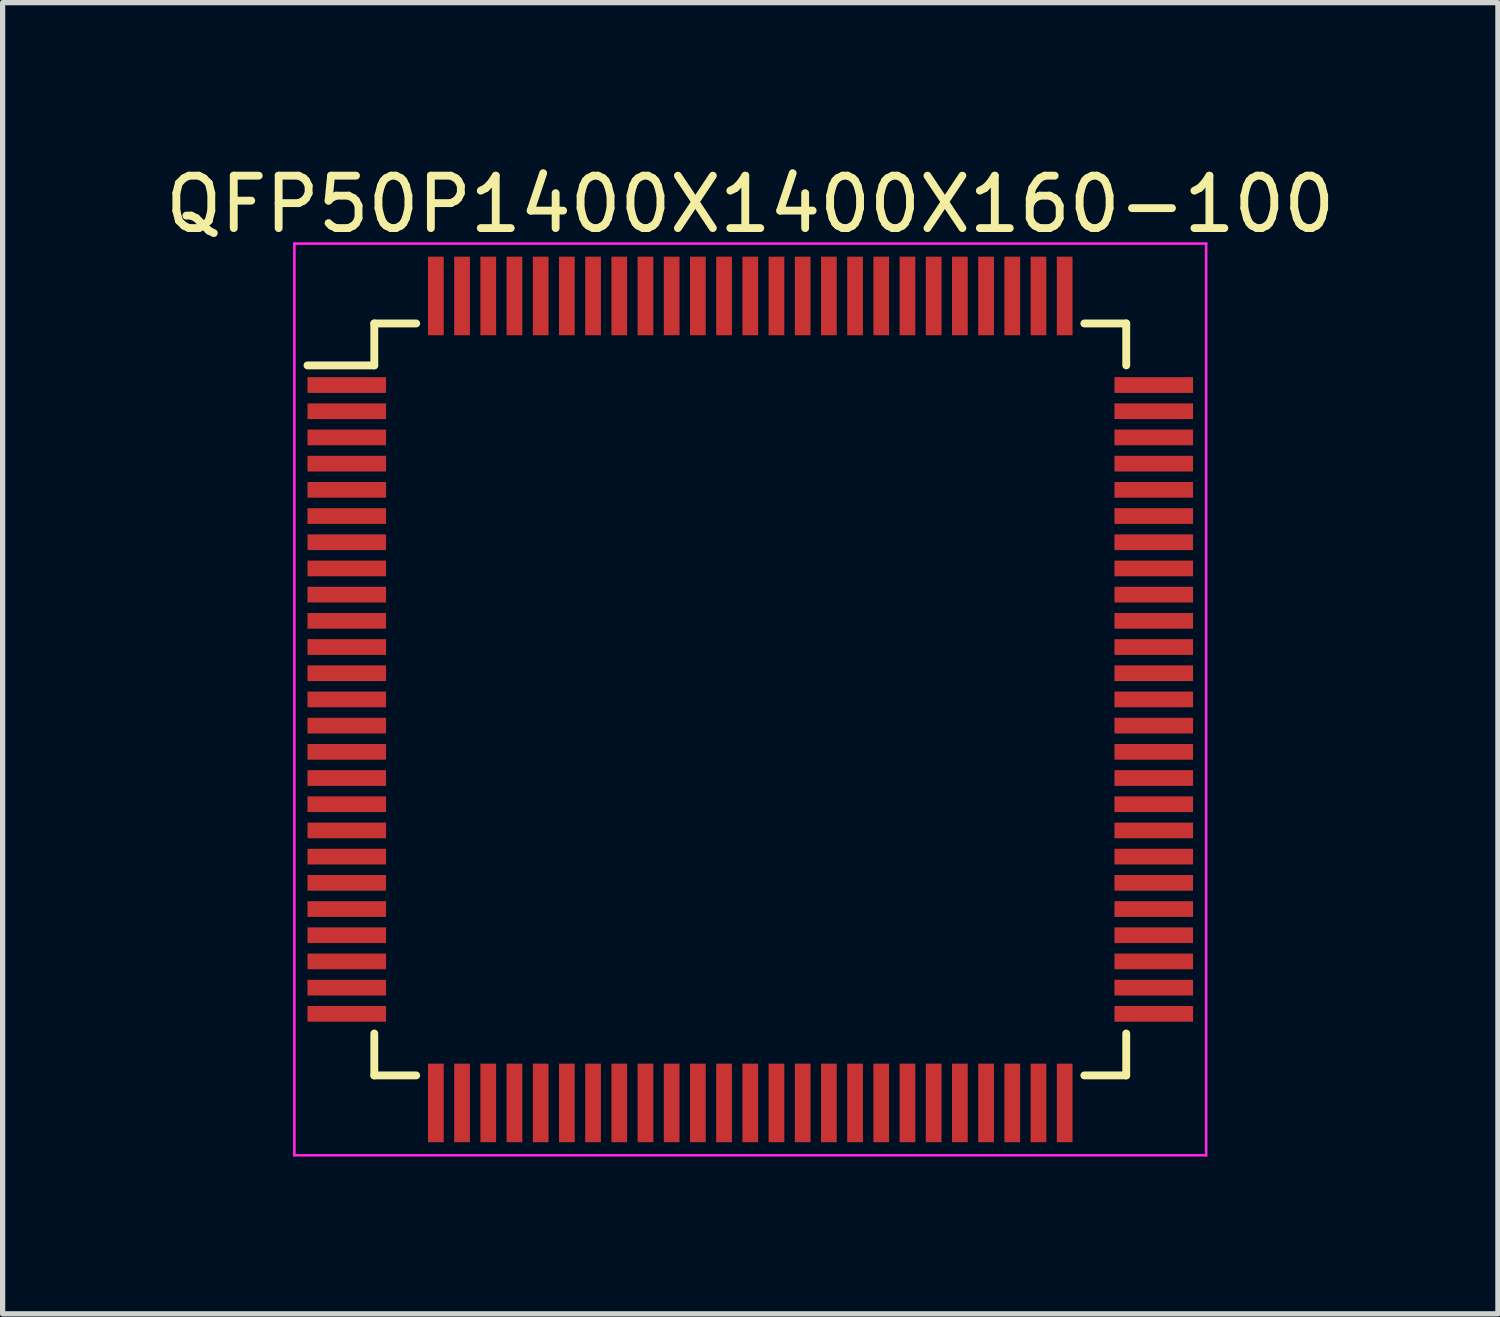
<source format=kicad_pcb>
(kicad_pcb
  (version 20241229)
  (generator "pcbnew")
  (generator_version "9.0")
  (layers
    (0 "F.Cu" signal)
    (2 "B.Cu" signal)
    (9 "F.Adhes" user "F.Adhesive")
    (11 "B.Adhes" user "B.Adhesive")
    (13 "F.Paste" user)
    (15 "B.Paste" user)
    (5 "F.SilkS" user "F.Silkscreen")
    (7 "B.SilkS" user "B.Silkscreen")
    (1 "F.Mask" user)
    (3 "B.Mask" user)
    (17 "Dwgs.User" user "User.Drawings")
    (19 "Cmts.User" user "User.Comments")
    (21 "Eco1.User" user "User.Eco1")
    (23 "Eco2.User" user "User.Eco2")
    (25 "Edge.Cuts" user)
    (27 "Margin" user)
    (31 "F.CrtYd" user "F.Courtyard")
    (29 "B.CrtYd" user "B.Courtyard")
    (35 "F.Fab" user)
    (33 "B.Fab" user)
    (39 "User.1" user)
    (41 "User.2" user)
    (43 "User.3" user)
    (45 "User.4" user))
  (footprint "QFP50P1400X1400X160-100"
    (layer "F.Cu")
    (at 11.268 10.298)
    (property "Reference" "QFP50P1400X1400X160-100" (at 0 -9.45 0) (layer "F.SilkS") (effects (font (size 1 1) (thickness 0.15))))
    (attr smd)
    (fp_line (start -7.175 -7.175) (end -7.175 -6.375) (stroke (width 0.15) (type solid)) (layer "F.SilkS"))
    (fp_line (start -7.175 -7.175) (end -6.375 -7.175) (stroke (width 0.15) (type solid)) (layer "F.SilkS"))
    (fp_line (start -7.175 -6.375) (end -8.45 -6.375) (stroke (width 0.15) (type solid)) (layer "F.SilkS"))
    (fp_line (start -7.175 7.175) (end -7.175 6.375) (stroke (width 0.15) (type solid)) (layer "F.SilkS"))
    (fp_line (start -7.175 7.175) (end -6.375 7.175) (stroke (width 0.15) (type solid)) (layer "F.SilkS"))
    (fp_line (start 7.175 -7.175) (end 6.375 -7.175) (stroke (width 0.15) (type solid)) (layer "F.SilkS"))
    (fp_line (start 7.175 -7.175) (end 7.175 -6.375) (stroke (width 0.15) (type solid)) (layer "F.SilkS"))
    (fp_line (start 7.175 7.175) (end 6.375 7.175) (stroke (width 0.15) (type solid)) (layer "F.SilkS"))
    (fp_line (start 7.175 7.175) (end 7.175 6.375) (stroke (width 0.15) (type solid)) (layer "F.SilkS"))
    (fp_line (start -8.7 -8.7) (end -8.7 8.7) (stroke (width 0.05) (type solid)) (layer "F.CrtYd"))
    (fp_line (start -8.7 -8.7) (end 8.7 -8.7) (stroke (width 0.05) (type solid)) (layer "F.CrtYd"))
    (fp_line (start -8.7 8.7) (end 8.7 8.7) (stroke (width 0.05) (type solid)) (layer "F.CrtYd"))
    (fp_line (start 8.7 -8.7) (end 8.7 8.7) (stroke (width 0.05) (type solid)) (layer "F.CrtYd"))
    (pad "1" smd rect (at -7.7 -6) (size 1.5 0.3) (layers "F.Cu" "F.Mask" "F.Paste"))
    (pad "2" smd rect (at -7.7 -5.5) (size 1.5 0.3) (layers "F.Cu" "F.Mask" "F.Paste"))
    (pad "3" smd rect (at -7.7 -5) (size 1.5 0.3) (layers "F.Cu" "F.Mask" "F.Paste"))
    (pad "4" smd rect (at -7.7 -4.5) (size 1.5 0.3) (layers "F.Cu" "F.Mask" "F.Paste"))
    (pad "5" smd rect (at -7.7 -4) (size 1.5 0.3) (layers "F.Cu" "F.Mask" "F.Paste"))
    (pad "6" smd rect (at -7.7 -3.5) (size 1.5 0.3) (layers "F.Cu" "F.Mask" "F.Paste"))
    (pad "7" smd rect (at -7.7 -3) (size 1.5 0.3) (layers "F.Cu" "F.Mask" "F.Paste"))
    (pad "8" smd rect (at -7.7 -2.5) (size 1.5 0.3) (layers "F.Cu" "F.Mask" "F.Paste"))
    (pad "9" smd rect (at -7.7 -2) (size 1.5 0.3) (layers "F.Cu" "F.Mask" "F.Paste"))
    (pad "10" smd rect (at -7.7 -1.5) (size 1.5 0.3) (layers "F.Cu" "F.Mask" "F.Paste"))
    (pad "11" smd rect (at -7.7 -1) (size 1.5 0.3) (layers "F.Cu" "F.Mask" "F.Paste"))
    (pad "12" smd rect (at -7.7 -0.5) (size 1.5 0.3) (layers "F.Cu" "F.Mask" "F.Paste"))
    (pad "13" smd rect (at -7.7 0) (size 1.5 0.3) (layers "F.Cu" "F.Mask" "F.Paste"))
    (pad "14" smd rect (at -7.7 0.5) (size 1.5 0.3) (layers "F.Cu" "F.Mask" "F.Paste"))
    (pad "15" smd rect (at -7.7 1) (size 1.5 0.3) (layers "F.Cu" "F.Mask" "F.Paste"))
    (pad "16" smd rect (at -7.7 1.5) (size 1.5 0.3) (layers "F.Cu" "F.Mask" "F.Paste"))
    (pad "17" smd rect (at -7.7 2) (size 1.5 0.3) (layers "F.Cu" "F.Mask" "F.Paste"))
    (pad "18" smd rect (at -7.7 2.5) (size 1.5 0.3) (layers "F.Cu" "F.Mask" "F.Paste"))
    (pad "19" smd rect (at -7.7 3) (size 1.5 0.3) (layers "F.Cu" "F.Mask" "F.Paste"))
    (pad "20" smd rect (at -7.7 3.5) (size 1.5 0.3) (layers "F.Cu" "F.Mask" "F.Paste"))
    (pad "21" smd rect (at -7.7 4) (size 1.5 0.3) (layers "F.Cu" "F.Mask" "F.Paste"))
    (pad "22" smd rect (at -7.7 4.5) (size 1.5 0.3) (layers "F.Cu" "F.Mask" "F.Paste"))
    (pad "23" smd rect (at -7.7 5) (size 1.5 0.3) (layers "F.Cu" "F.Mask" "F.Paste"))
    (pad "24" smd rect (at -7.7 5.5) (size 1.5 0.3) (layers "F.Cu" "F.Mask" "F.Paste"))
    (pad "25" smd rect (at -7.7 6) (size 1.5 0.3) (layers "F.Cu" "F.Mask" "F.Paste"))
    (pad "26" smd rect (at -6 7.7 90) (size 1.5 0.3) (layers "F.Cu" "F.Mask" "F.Paste"))
    (pad "27" smd rect (at -5.5 7.7 90) (size 1.5 0.3) (layers "F.Cu" "F.Mask" "F.Paste"))
    (pad "28" smd rect (at -5 7.7 90) (size 1.5 0.3) (layers "F.Cu" "F.Mask" "F.Paste"))
    (pad "29" smd rect (at -4.5 7.7 90) (size 1.5 0.3) (layers "F.Cu" "F.Mask" "F.Paste"))
    (pad "30" smd rect (at -4 7.7 90) (size 1.5 0.3) (layers "F.Cu" "F.Mask" "F.Paste"))
    (pad "31" smd rect (at -3.5 7.7 90) (size 1.5 0.3) (layers "F.Cu" "F.Mask" "F.Paste"))
    (pad "32" smd rect (at -3 7.7 90) (size 1.5 0.3) (layers "F.Cu" "F.Mask" "F.Paste"))
    (pad "33" smd rect (at -2.5 7.7 90) (size 1.5 0.3) (layers "F.Cu" "F.Mask" "F.Paste"))
    (pad "34" smd rect (at -2 7.7 90) (size 1.5 0.3) (layers "F.Cu" "F.Mask" "F.Paste"))
    (pad "35" smd rect (at -1.5 7.7 90) (size 1.5 0.3) (layers "F.Cu" "F.Mask" "F.Paste"))
    (pad "36" smd rect (at -1 7.7 90) (size 1.5 0.3) (layers "F.Cu" "F.Mask" "F.Paste"))
    (pad "37" smd rect (at -0.5 7.7 90) (size 1.5 0.3) (layers "F.Cu" "F.Mask" "F.Paste"))
    (pad "38" smd rect (at 0 7.7 90) (size 1.5 0.3) (layers "F.Cu" "F.Mask" "F.Paste"))
    (pad "39" smd rect (at 0.5 7.7 90) (size 1.5 0.3) (layers "F.Cu" "F.Mask" "F.Paste"))
    (pad "40" smd rect (at 1 7.7 90) (size 1.5 0.3) (layers "F.Cu" "F.Mask" "F.Paste"))
    (pad "41" smd rect (at 1.5 7.7 90) (size 1.5 0.3) (layers "F.Cu" "F.Mask" "F.Paste"))
    (pad "42" smd rect (at 2 7.7 90) (size 1.5 0.3) (layers "F.Cu" "F.Mask" "F.Paste"))
    (pad "43" smd rect (at 2.5 7.7 90) (size 1.5 0.3) (layers "F.Cu" "F.Mask" "F.Paste"))
    (pad "44" smd rect (at 3 7.7 90) (size 1.5 0.3) (layers "F.Cu" "F.Mask" "F.Paste"))
    (pad "45" smd rect (at 3.5 7.7 90) (size 1.5 0.3) (layers "F.Cu" "F.Mask" "F.Paste"))
    (pad "46" smd rect (at 4 7.7 90) (size 1.5 0.3) (layers "F.Cu" "F.Mask" "F.Paste"))
    (pad "47" smd rect (at 4.5 7.7 90) (size 1.5 0.3) (layers "F.Cu" "F.Mask" "F.Paste"))
    (pad "48" smd rect (at 5 7.7 90) (size 1.5 0.3) (layers "F.Cu" "F.Mask" "F.Paste"))
    (pad "49" smd rect (at 5.5 7.7 90) (size 1.5 0.3) (layers "F.Cu" "F.Mask" "F.Paste"))
    (pad "50" smd rect (at 6 7.7 90) (size 1.5 0.3) (layers "F.Cu" "F.Mask" "F.Paste"))
    (pad "51" smd rect (at 7.7 6) (size 1.5 0.3) (layers "F.Cu" "F.Mask" "F.Paste"))
    (pad "52" smd rect (at 7.7 5.5) (size 1.5 0.3) (layers "F.Cu" "F.Mask" "F.Paste"))
    (pad "53" smd rect (at 7.7 5) (size 1.5 0.3) (layers "F.Cu" "F.Mask" "F.Paste"))
    (pad "54" smd rect (at 7.7 4.5) (size 1.5 0.3) (layers "F.Cu" "F.Mask" "F.Paste"))
    (pad "55" smd rect (at 7.7 4) (size 1.5 0.3) (layers "F.Cu" "F.Mask" "F.Paste"))
    (pad "56" smd rect (at 7.7 3.5) (size 1.5 0.3) (layers "F.Cu" "F.Mask" "F.Paste"))
    (pad "57" smd rect (at 7.7 3) (size 1.5 0.3) (layers "F.Cu" "F.Mask" "F.Paste"))
    (pad "58" smd rect (at 7.7 2.5) (size 1.5 0.3) (layers "F.Cu" "F.Mask" "F.Paste"))
    (pad "59" smd rect (at 7.7 2) (size 1.5 0.3) (layers "F.Cu" "F.Mask" "F.Paste"))
    (pad "60" smd rect (at 7.7 1.5) (size 1.5 0.3) (layers "F.Cu" "F.Mask" "F.Paste"))
    (pad "61" smd rect (at 7.7 1) (size 1.5 0.3) (layers "F.Cu" "F.Mask" "F.Paste"))
    (pad "62" smd rect (at 7.7 0.5) (size 1.5 0.3) (layers "F.Cu" "F.Mask" "F.Paste"))
    (pad "63" smd rect (at 7.7 0) (size 1.5 0.3) (layers "F.Cu" "F.Mask" "F.Paste"))
    (pad "64" smd rect (at 7.7 -0.5) (size 1.5 0.3) (layers "F.Cu" "F.Mask" "F.Paste"))
    (pad "65" smd rect (at 7.7 -1) (size 1.5 0.3) (layers "F.Cu" "F.Mask" "F.Paste"))
    (pad "66" smd rect (at 7.7 -1.5) (size 1.5 0.3) (layers "F.Cu" "F.Mask" "F.Paste"))
    (pad "67" smd rect (at 7.7 -2) (size 1.5 0.3) (layers "F.Cu" "F.Mask" "F.Paste"))
    (pad "68" smd rect (at 7.7 -2.5) (size 1.5 0.3) (layers "F.Cu" "F.Mask" "F.Paste"))
    (pad "69" smd rect (at 7.7 -3) (size 1.5 0.3) (layers "F.Cu" "F.Mask" "F.Paste"))
    (pad "70" smd rect (at 7.7 -3.5) (size 1.5 0.3) (layers "F.Cu" "F.Mask" "F.Paste"))
    (pad "71" smd rect (at 7.7 -4) (size 1.5 0.3) (layers "F.Cu" "F.Mask" "F.Paste"))
    (pad "72" smd rect (at 7.7 -4.5) (size 1.5 0.3) (layers "F.Cu" "F.Mask" "F.Paste"))
    (pad "73" smd rect (at 7.7 -5) (size 1.5 0.3) (layers "F.Cu" "F.Mask" "F.Paste"))
    (pad "74" smd rect (at 7.7 -5.5) (size 1.5 0.3) (layers "F.Cu" "F.Mask" "F.Paste"))
    (pad "75" smd rect (at 7.7 -6) (size 1.5 0.3) (layers "F.Cu" "F.Mask" "F.Paste"))
    (pad "76" smd rect (at 6 -7.7 90) (size 1.5 0.3) (layers "F.Cu" "F.Mask" "F.Paste"))
    (pad "77" smd rect (at 5.5 -7.7 90) (size 1.5 0.3) (layers "F.Cu" "F.Mask" "F.Paste"))
    (pad "78" smd rect (at 5 -7.7 90) (size 1.5 0.3) (layers "F.Cu" "F.Mask" "F.Paste"))
    (pad "79" smd rect (at 4.5 -7.7 90) (size 1.5 0.3) (layers "F.Cu" "F.Mask" "F.Paste"))
    (pad "80" smd rect (at 4 -7.7 90) (size 1.5 0.3) (layers "F.Cu" "F.Mask" "F.Paste"))
    (pad "81" smd rect (at 3.5 -7.7 90) (size 1.5 0.3) (layers "F.Cu" "F.Mask" "F.Paste"))
    (pad "82" smd rect (at 3 -7.7 90) (size 1.5 0.3) (layers "F.Cu" "F.Mask" "F.Paste"))
    (pad "83" smd rect (at 2.5 -7.7 90) (size 1.5 0.3) (layers "F.Cu" "F.Mask" "F.Paste"))
    (pad "84" smd rect (at 2 -7.7 90) (size 1.5 0.3) (layers "F.Cu" "F.Mask" "F.Paste"))
    (pad "85" smd rect (at 1.5 -7.7 90) (size 1.5 0.3) (layers "F.Cu" "F.Mask" "F.Paste"))
    (pad "86" smd rect (at 1 -7.7 90) (size 1.5 0.3) (layers "F.Cu" "F.Mask" "F.Paste"))
    (pad "87" smd rect (at 0.5 -7.7 90) (size 1.5 0.3) (layers "F.Cu" "F.Mask" "F.Paste"))
    (pad "88" smd rect (at 0 -7.7 90) (size 1.5 0.3) (layers "F.Cu" "F.Mask" "F.Paste"))
    (pad "89" smd rect (at -0.5 -7.7 90) (size 1.5 0.3) (layers "F.Cu" "F.Mask" "F.Paste"))
    (pad "90" smd rect (at -1 -7.7 90) (size 1.5 0.3) (layers "F.Cu" "F.Mask" "F.Paste"))
    (pad "91" smd rect (at -1.5 -7.7 90) (size 1.5 0.3) (layers "F.Cu" "F.Mask" "F.Paste"))
    (pad "92" smd rect (at -2 -7.7 90) (size 1.5 0.3) (layers "F.Cu" "F.Mask" "F.Paste"))
    (pad "93" smd rect (at -2.5 -7.7 90) (size 1.5 0.3) (layers "F.Cu" "F.Mask" "F.Paste"))
    (pad "94" smd rect (at -3 -7.7 90) (size 1.5 0.3) (layers "F.Cu" "F.Mask" "F.Paste"))
    (pad "95" smd rect (at -3.5 -7.7 90) (size 1.5 0.3) (layers "F.Cu" "F.Mask" "F.Paste"))
    (pad "96" smd rect (at -4 -7.7 90) (size 1.5 0.3) (layers "F.Cu" "F.Mask" "F.Paste"))
    (pad "97" smd rect (at -4.5 -7.7 90) (size 1.5 0.3) (layers "F.Cu" "F.Mask" "F.Paste"))
    (pad "98" smd rect (at -5 -7.7 90) (size 1.5 0.3) (layers "F.Cu" "F.Mask" "F.Paste"))
    (pad "99" smd rect (at -5.5 -7.7 90) (size 1.5 0.3) (layers "F.Cu" "F.Mask" "F.Paste"))
    (pad "100" smd rect (at -6 -7.7 90) (size 1.5 0.3) (layers "F.Cu" "F.Mask" "F.Paste")))
  (gr_rect
    (start -3 -3)
    (end 25.536 22.023)
    (stroke (width 0.1) (type default))
    (fill no)
    (layer "Edge.Cuts")))
</source>
